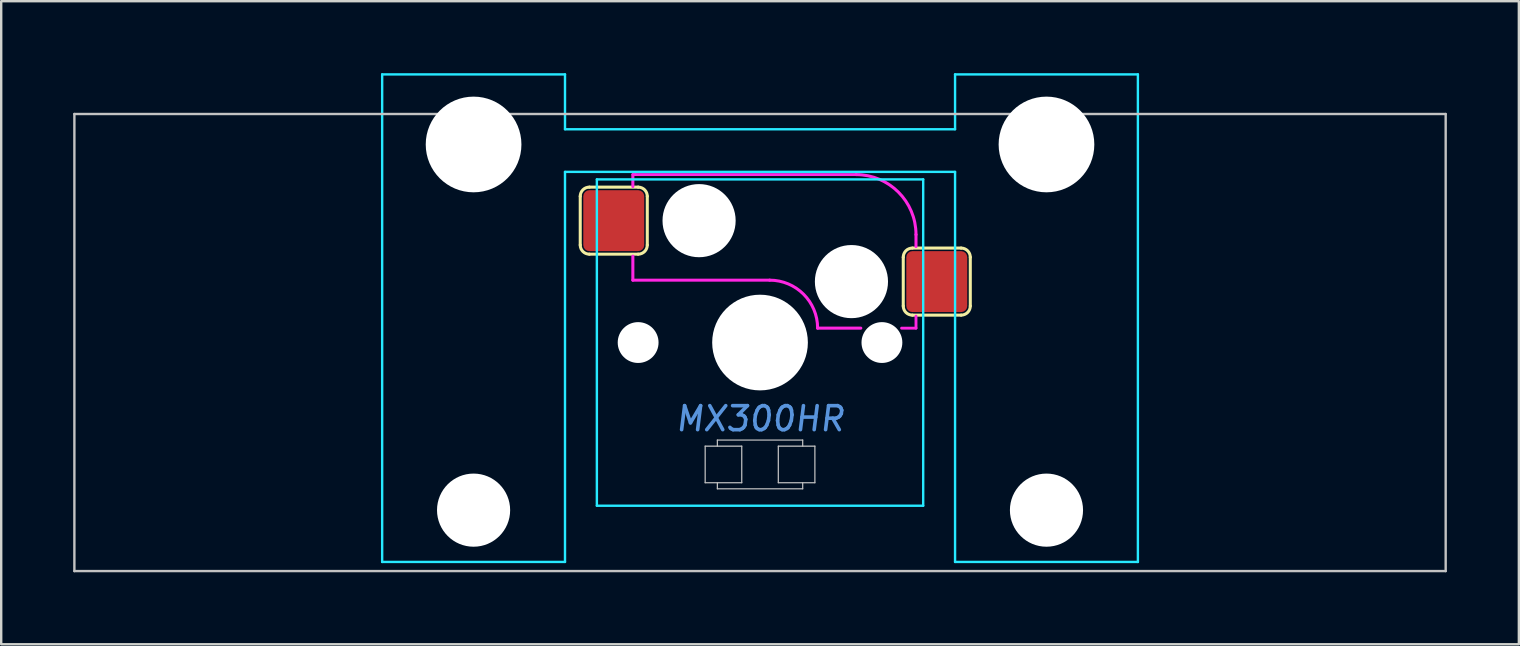
<source format=kicad_pcb>
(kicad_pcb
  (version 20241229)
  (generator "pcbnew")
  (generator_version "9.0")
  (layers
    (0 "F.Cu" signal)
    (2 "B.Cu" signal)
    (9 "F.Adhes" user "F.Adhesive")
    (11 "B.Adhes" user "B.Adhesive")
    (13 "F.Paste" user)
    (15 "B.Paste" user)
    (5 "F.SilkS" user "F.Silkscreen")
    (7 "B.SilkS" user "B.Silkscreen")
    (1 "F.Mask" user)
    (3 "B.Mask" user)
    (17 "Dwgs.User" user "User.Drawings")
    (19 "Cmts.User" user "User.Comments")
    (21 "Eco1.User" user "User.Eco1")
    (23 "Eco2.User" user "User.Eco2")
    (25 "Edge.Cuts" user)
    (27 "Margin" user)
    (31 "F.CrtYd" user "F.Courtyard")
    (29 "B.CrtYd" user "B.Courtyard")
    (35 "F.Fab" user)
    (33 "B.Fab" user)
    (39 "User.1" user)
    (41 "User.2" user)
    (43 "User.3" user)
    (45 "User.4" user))
  (footprint "MX300HR"
    (layer "F.Cu")
    (at 28.625 11.226)
    (property "Reference" "MX300HR" (at 0 3.175 0) (layer "Cmts.User") (effects (font (size 1 1) (thickness 0.15) (italic yes))))
    (attr through_hole)
    (fp_line (start -7.493 -6.096) (end -7.493 -4.064) (stroke (width 0.127) (type solid)) (layer "F.SilkS"))
    (fp_line (start -7.112 -3.683) (end -5.08 -3.683) (stroke (width 0.127) (type solid)) (layer "F.SilkS"))
    (fp_line (start -5.08 -6.477) (end -7.112 -6.477) (stroke (width 0.127) (type solid)) (layer "F.SilkS"))
    (fp_line (start -4.699 -4.064) (end -4.699 -6.096) (stroke (width 0.127) (type solid)) (layer "F.SilkS"))
    (fp_line (start 5.969 -3.556) (end 5.969 -1.524) (stroke (width 0.127) (type solid)) (layer "F.SilkS"))
    (fp_line (start 6.35 -1.143) (end 8.382 -1.143) (stroke (width 0.127) (type solid)) (layer "F.SilkS"))
    (fp_line (start 8.382 -3.937) (end 6.35 -3.937) (stroke (width 0.127) (type solid)) (layer "F.SilkS"))
    (fp_line (start 8.763 -1.524) (end 8.763 -3.556) (stroke (width 0.127) (type solid)) (layer "F.SilkS"))
    (fp_arc (start -7.493 -6.096) (mid -7.381408 -6.365408) (end -7.112 -6.477) (stroke (width 0.127) (type solid)) (layer "F.SilkS"))
    (fp_arc (start -7.112 -3.683) (mid -7.381408 -3.794592) (end -7.493 -4.064) (stroke (width 0.127) (type solid)) (layer "F.SilkS"))
    (fp_arc (start -5.08 -6.477) (mid -4.810592 -6.365408) (end -4.699 -6.096) (stroke (width 0.127) (type solid)) (layer "F.SilkS"))
    (fp_arc (start -4.699 -4.064) (mid -4.810592 -3.794592) (end -5.08 -3.683) (stroke (width 0.127) (type solid)) (layer "F.SilkS"))
    (fp_arc (start 5.969 -3.556) (mid 6.080592 -3.825408) (end 6.35 -3.937) (stroke (width 0.127) (type solid)) (layer "F.SilkS"))
    (fp_arc (start 6.35 -1.143) (mid 6.080592 -1.254592) (end 5.969 -1.524) (stroke (width 0.127) (type solid)) (layer "F.SilkS"))
    (fp_arc (start 8.382 -3.937) (mid 8.651408 -3.825408) (end 8.763 -3.556) (stroke (width 0.127) (type solid)) (layer "F.SilkS"))
    (fp_arc (start 8.763 -1.524) (mid 8.651408 -1.254592) (end 8.382 -1.143) (stroke (width 0.127) (type solid)) (layer "F.SilkS"))
    (fp_line (start -28.575 -9.525) (end -28.575 9.525) (stroke (width 0.1) (type solid)) (layer "Dwgs.User"))
    (fp_line (start -28.575 -9.525) (end 28.575 -9.525) (stroke (width 0.1) (type solid)) (layer "Dwgs.User"))
    (fp_line (start -28.575 9.525) (end 28.575 9.525) (stroke (width 0.1) (type solid)) (layer "Dwgs.User"))
    (fp_line (start -2.286 4.318) (end -0.762 4.318) (stroke (width 0.051) (type solid)) (layer "Dwgs.User"))
    (fp_line (start -2.286 5.842) (end -2.286 4.318) (stroke (width 0.051) (type solid)) (layer "Dwgs.User"))
    (fp_line (start -1.778 4.064) (end 1.778 4.064) (stroke (width 0.051) (type solid)) (layer "Dwgs.User"))
    (fp_line (start -1.778 4.318) (end -1.778 4.064) (stroke (width 0.051) (type solid)) (layer "Dwgs.User"))
    (fp_line (start -1.778 6.096) (end -1.778 5.842) (stroke (width 0.051) (type solid)) (layer "Dwgs.User"))
    (fp_line (start -0.762 4.318) (end -0.762 5.842) (stroke (width 0.051) (type solid)) (layer "Dwgs.User"))
    (fp_line (start -0.762 5.842) (end -2.286 5.842) (stroke (width 0.051) (type solid)) (layer "Dwgs.User"))
    (fp_line (start 0.762 4.318) (end 2.286 4.318) (stroke (width 0.051) (type solid)) (layer "Dwgs.User"))
    (fp_line (start 0.762 5.842) (end 0.762 4.318) (stroke (width 0.051) (type solid)) (layer "Dwgs.User"))
    (fp_line (start 1.778 4.064) (end 1.778 4.318) (stroke (width 0.051) (type solid)) (layer "Dwgs.User"))
    (fp_line (start 1.778 5.842) (end 1.778 6.096) (stroke (width 0.051) (type solid)) (layer "Dwgs.User"))
    (fp_line (start 1.778 6.096) (end -1.778 6.096) (stroke (width 0.051) (type solid)) (layer "Dwgs.User"))
    (fp_line (start 2.286 4.318) (end 2.286 5.842) (stroke (width 0.051) (type solid)) (layer "Dwgs.User"))
    (fp_line (start 2.286 5.842) (end 0.762 5.842) (stroke (width 0.051) (type solid)) (layer "Dwgs.User"))
    (fp_line (start 28.575 -9.525) (end 28.575 9.525) (stroke (width 0.1) (type solid)) (layer "Dwgs.User"))
    (fp_line (start -15.748 -11.176) (end -15.748 9.144) (stroke (width 0.1) (type solid)) (layer "B.CrtYd"))
    (fp_line (start -15.748 -11.176) (end -8.128 -11.176) (stroke (width 0.1) (type solid)) (layer "B.CrtYd"))
    (fp_line (start -8.128 -8.89) (end -8.128 -11.176) (stroke (width 0.1) (type solid)) (layer "B.CrtYd"))
    (fp_line (start -8.128 -7.112) (end -8.128 9.142) (stroke (width 0.1) (type solid)) (layer "B.CrtYd"))
    (fp_line (start -8.128 9.144) (end -15.748 9.144) (stroke (width 0.1) (type solid)) (layer "B.CrtYd"))
    (fp_line (start -6.8 -6.8) (end -6.8 6.8) (stroke (width 0.1) (type solid)) (layer "B.CrtYd"))
    (fp_line (start 6.8 -6.8) (end -6.8 -6.8) (stroke (width 0.1) (type solid)) (layer "B.CrtYd"))
    (fp_line (start 6.8 -6.8) (end 6.8 6.8) (stroke (width 0.1) (type solid)) (layer "B.CrtYd"))
    (fp_line (start 6.8 6.8) (end -6.8 6.8) (stroke (width 0.1) (type solid)) (layer "B.CrtYd"))
    (fp_line (start 8.128 -8.89) (end -8.128 -8.89) (stroke (width 0.1) (type solid)) (layer "B.CrtYd"))
    (fp_line (start 8.128 -8.89) (end 8.128 -11.176) (stroke (width 0.1) (type solid)) (layer "B.CrtYd"))
    (fp_line (start 8.128 -7.112) (end -8.128 -7.112) (stroke (width 0.1) (type solid)) (layer "B.CrtYd"))
    (fp_line (start 8.128 -7.112) (end 8.128 9.144) (stroke (width 0.1) (type solid)) (layer "B.CrtYd"))
    (fp_line (start 8.128 9.144) (end 15.748 9.144) (stroke (width 0.1) (type solid)) (layer "B.CrtYd"))
    (fp_line (start 15.748 -11.176) (end 8.128 -11.176) (stroke (width 0.1) (type solid)) (layer "B.CrtYd"))
    (fp_line (start 15.748 9.144) (end 15.748 -11.176) (stroke (width 0.1) (type solid)) (layer "B.CrtYd"))
    (fp_line (start -5.3 -7) (end -5.3 -6.5) (stroke (width 0.127) (type solid)) (layer "F.CrtYd"))
    (fp_line (start -5.3 -3.6) (end -5.3 -2.6) (stroke (width 0.127) (type solid)) (layer "F.CrtYd"))
    (fp_line (start -5.2 -7) (end -5.3 -7) (stroke (width 0.12) (type solid)) (layer "F.CrtYd"))
    (fp_line (start 0.4 -2.6) (end -5.3 -2.6) (stroke (width 0.127) (type solid)) (layer "F.CrtYd"))
    (fp_line (start 4 -7) (end -5.2 -7) (stroke (width 0.12) (type solid)) (layer "F.CrtYd"))
    (fp_line (start 4.2 -0.6) (end 2.4 -0.6) (stroke (width 0.127) (type solid)) (layer "F.CrtYd"))
    (fp_line (start 6.5 -4.5) (end 6.5 -4) (stroke (width 0.127) (type solid)) (layer "F.CrtYd"))
    (fp_line (start 6.5 -1.1) (end 6.5 -0.6) (stroke (width 0.12) (type solid)) (layer "F.CrtYd"))
    (fp_line (start 6.5 -0.6) (end 5.9 -0.6) (stroke (width 0.12) (type solid)) (layer "F.CrtYd"))
    (fp_arc (start 0.4 -2.6) (mid 1.814214 -2.014214) (end 2.4 -0.6) (stroke (width 0.127) (type solid)) (layer "F.CrtYd"))
    (fp_arc (start 4 -7) (mid 5.767767 -6.267767) (end 6.5 -4.5) (stroke (width 0.127) (type solid)) (layer "F.CrtYd"))
    (pad "" np_thru_hole circle (at -11.938 -8.255 180) (size 3.988 3.988) (drill 3.988) (layers "*.Cu" "*.Mask"))
    (pad "" np_thru_hole circle (at -11.938 6.985 180) (size 3.048 3.048) (drill 3.048) (layers "*.Cu" "*.Mask"))
    (pad "" np_thru_hole circle (at -5.08 0) (size 1.702 1.702) (drill 1.702) (layers "*.Cu" "*.Mask"))
    (pad "" np_thru_hole circle (at -2.54 -5.08) (size 3.048 3.048) (drill 3.048) (layers "*.Cu" "*.Mask"))
    (pad "" np_thru_hole circle (at 0 0) (size 3.988 3.988) (drill 3.988) (layers "*.Cu" "*.Mask"))
    (pad "" np_thru_hole circle (at 3.81 -2.54) (size 3.048 3.048) (drill 3.048) (layers "*.Cu" "*.Mask"))
    (pad "" np_thru_hole circle (at 5.08 0) (size 1.702 1.702) (drill 1.702) (layers "*.Cu" "*.Mask"))
    (pad "" np_thru_hole circle (at 11.938 -8.255 180) (size 3.988 3.988) (drill 3.988) (layers "*.Cu" "*.Mask"))
    (pad "" np_thru_hole circle (at 11.938 6.985 180) (size 3.048 3.048) (drill 3.048) (layers "*.Cu" "*.Mask"))
    (pad "1" smd roundrect (at -6.096 -5.08) (size 2.54 2.54) (layers "F.Cu" "F.Mask") (roundrect_rratio 0.1))
    (pad "2" smd roundrect (at 7.366 -2.54) (size 2.54 2.54) (layers "F.Cu" "F.Mask") (roundrect_rratio 0.1)))
  (gr_rect
    (start -3 -3)
    (end 60.25 23.801)
    (stroke (width 0.1) (type default))
    (fill no)
    (layer "Edge.Cuts")))
</source>
